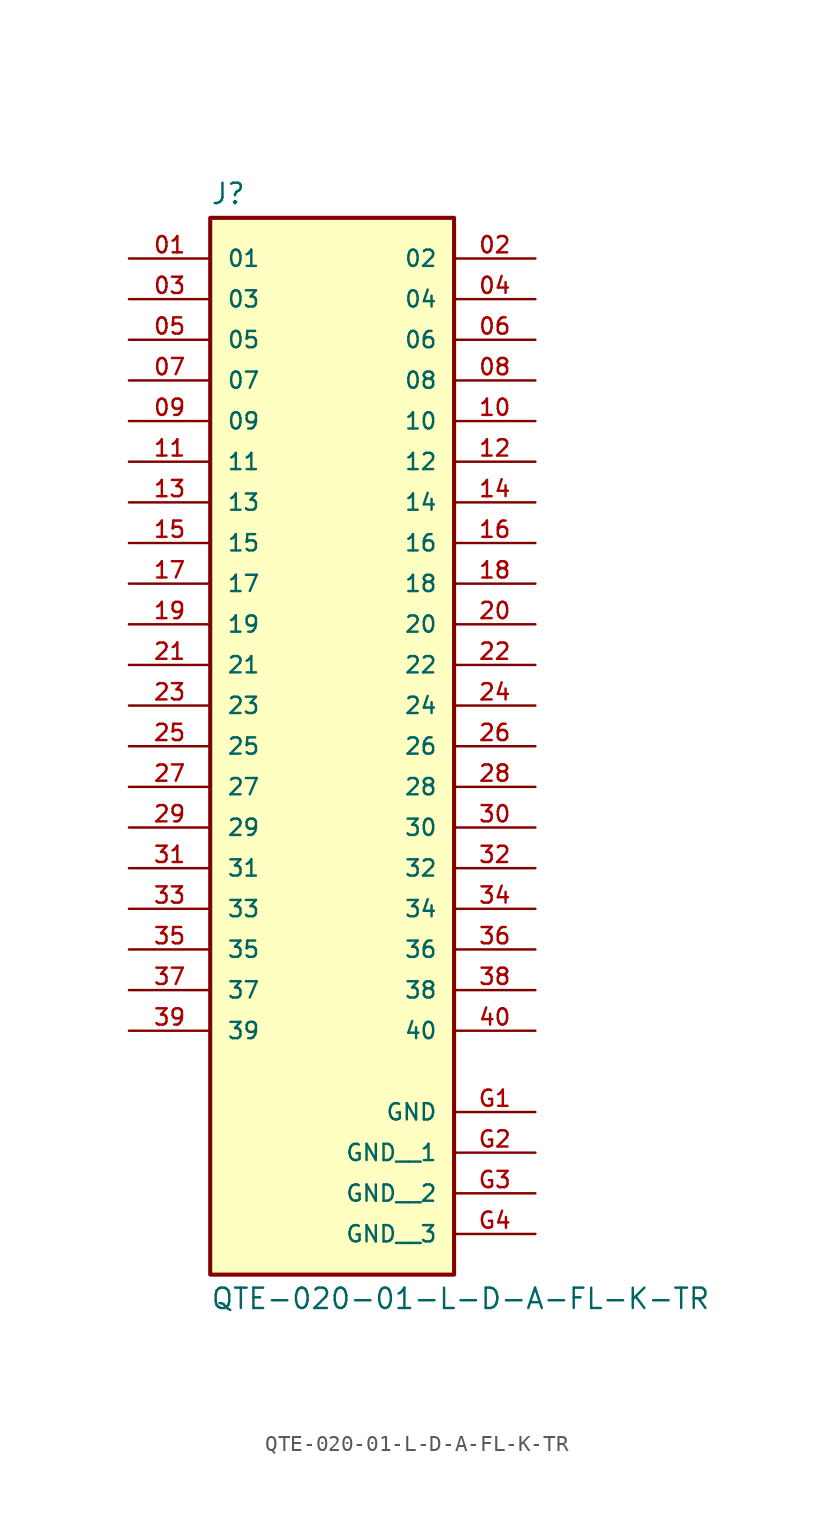
<source format=kicad_sym>
(kicad_symbol_lib
  (version 20220914)
  (generator kicad_symbol_editor)
  (symbol "QTE-020-01-L-D-A-FL-K-TR"
    (pin_names
      (offset 1.016))
    (property "Reference" "J"
      (at -7.62 28.702 0)
      (effects (font (size 1.27 1.27)) (justify left bottom)))
    (property "Value" "QTE-020-01-L-D-A-FL-K-TR"
      (at -7.62 -38.862 0)
      (effects (font (size 1.27 1.27)) (justify left top)))
    (symbol "QTE-020-01-L-D-A-FL-K-TR_0_0"
      (rectangle (start -7.62 27.94) (end 7.62 -38.1) (stroke (width 0.254) (type default)) (fill (type background)))
      (pin passive line (at -12.7 25.4 0) (length 5.08) (name "01" (effects (font (size 1.016 1.016)))) (number "01" (effects (font (size 1.016 1.016)))))
      (pin passive line (at 12.7 25.4 180) (length 5.08) (name "02" (effects (font (size 1.016 1.016)))) (number "02" (effects (font (size 1.016 1.016)))))
      (pin passive line (at -12.7 22.86 0) (length 5.08) (name "03" (effects (font (size 1.016 1.016)))) (number "03" (effects (font (size 1.016 1.016)))))
      (pin passive line (at 12.7 22.86 180) (length 5.08) (name "04" (effects (font (size 1.016 1.016)))) (number "04" (effects (font (size 1.016 1.016)))))
      (pin passive line (at -12.7 20.32 0) (length 5.08) (name "05" (effects (font (size 1.016 1.016)))) (number "05" (effects (font (size 1.016 1.016)))))
      (pin passive line (at 12.7 20.32 180) (length 5.08) (name "06" (effects (font (size 1.016 1.016)))) (number "06" (effects (font (size 1.016 1.016)))))
      (pin passive line (at -12.7 17.78 0) (length 5.08) (name "07" (effects (font (size 1.016 1.016)))) (number "07" (effects (font (size 1.016 1.016)))))
      (pin passive line (at 12.7 17.78 180) (length 5.08) (name "08" (effects (font (size 1.016 1.016)))) (number "08" (effects (font (size 1.016 1.016)))))
      (pin passive line (at -12.7 15.24 0) (length 5.08) (name "09" (effects (font (size 1.016 1.016)))) (number "09" (effects (font (size 1.016 1.016)))))
      (pin passive line (at 12.7 15.24 180) (length 5.08) (name "10" (effects (font (size 1.016 1.016)))) (number "10" (effects (font (size 1.016 1.016)))))
      (pin passive line (at -12.7 12.7 0) (length 5.08) (name "11" (effects (font (size 1.016 1.016)))) (number "11" (effects (font (size 1.016 1.016)))))
      (pin passive line (at 12.7 12.7 180) (length 5.08) (name "12" (effects (font (size 1.016 1.016)))) (number "12" (effects (font (size 1.016 1.016)))))
      (pin passive line (at -12.7 10.16 0) (length 5.08) (name "13" (effects (font (size 1.016 1.016)))) (number "13" (effects (font (size 1.016 1.016)))))
      (pin passive line (at 12.7 10.16 180) (length 5.08) (name "14" (effects (font (size 1.016 1.016)))) (number "14" (effects (font (size 1.016 1.016)))))
      (pin passive line (at -12.7 7.62 0) (length 5.08) (name "15" (effects (font (size 1.016 1.016)))) (number "15" (effects (font (size 1.016 1.016)))))
      (pin passive line (at 12.7 7.62 180) (length 5.08) (name "16" (effects (font (size 1.016 1.016)))) (number "16" (effects (font (size 1.016 1.016)))))
      (pin passive line (at -12.7 5.08 0) (length 5.08) (name "17" (effects (font (size 1.016 1.016)))) (number "17" (effects (font (size 1.016 1.016)))))
      (pin passive line (at 12.7 5.08 180) (length 5.08) (name "18" (effects (font (size 1.016 1.016)))) (number "18" (effects (font (size 1.016 1.016)))))
      (pin passive line (at -12.7 2.54 0) (length 5.08) (name "19" (effects (font (size 1.016 1.016)))) (number "19" (effects (font (size 1.016 1.016)))))
      (pin passive line (at 12.7 2.54 180) (length 5.08) (name "20" (effects (font (size 1.016 1.016)))) (number "20" (effects (font (size 1.016 1.016)))))
      (pin passive line (at -12.7 0 0) (length 5.08) (name "21" (effects (font (size 1.016 1.016)))) (number "21" (effects (font (size 1.016 1.016)))))
      (pin passive line (at 12.7 0 180) (length 5.08) (name "22" (effects (font (size 1.016 1.016)))) (number "22" (effects (font (size 1.016 1.016)))))
      (pin passive line (at -12.7 -2.54 0) (length 5.08) (name "23" (effects (font (size 1.016 1.016)))) (number "23" (effects (font (size 1.016 1.016)))))
      (pin passive line (at 12.7 -2.54 180) (length 5.08) (name "24" (effects (font (size 1.016 1.016)))) (number "24" (effects (font (size 1.016 1.016)))))
      (pin passive line (at -12.7 -5.08 0) (length 5.08) (name "25" (effects (font (size 1.016 1.016)))) (number "25" (effects (font (size 1.016 1.016)))))
      (pin passive line (at 12.7 -5.08 180) (length 5.08) (name "26" (effects (font (size 1.016 1.016)))) (number "26" (effects (font (size 1.016 1.016)))))
      (pin passive line (at -12.7 -7.62 0) (length 5.08) (name "27" (effects (font (size 1.016 1.016)))) (number "27" (effects (font (size 1.016 1.016)))))
      (pin passive line (at 12.7 -7.62 180) (length 5.08) (name "28" (effects (font (size 1.016 1.016)))) (number "28" (effects (font (size 1.016 1.016)))))
      (pin passive line (at -12.7 -10.16 0) (length 5.08) (name "29" (effects (font (size 1.016 1.016)))) (number "29" (effects (font (size 1.016 1.016)))))
      (pin passive line (at 12.7 -10.16 180) (length 5.08) (name "30" (effects (font (size 1.016 1.016)))) (number "30" (effects (font (size 1.016 1.016)))))
      (pin passive line (at -12.7 -12.7 0) (length 5.08) (name "31" (effects (font (size 1.016 1.016)))) (number "31" (effects (font (size 1.016 1.016)))))
      (pin passive line (at 12.7 -12.7 180) (length 5.08) (name "32" (effects (font (size 1.016 1.016)))) (number "32" (effects (font (size 1.016 1.016)))))
      (pin passive line (at -12.7 -15.24 0) (length 5.08) (name "33" (effects (font (size 1.016 1.016)))) (number "33" (effects (font (size 1.016 1.016)))))
      (pin passive line (at 12.7 -15.24 180) (length 5.08) (name "34" (effects (font (size 1.016 1.016)))) (number "34" (effects (font (size 1.016 1.016)))))
      (pin passive line (at -12.7 -17.78 0) (length 5.08) (name "35" (effects (font (size 1.016 1.016)))) (number "35" (effects (font (size 1.016 1.016)))))
      (pin passive line (at 12.7 -17.78 180) (length 5.08) (name "36" (effects (font (size 1.016 1.016)))) (number "36" (effects (font (size 1.016 1.016)))))
      (pin passive line (at -12.7 -20.32 0) (length 5.08) (name "37" (effects (font (size 1.016 1.016)))) (number "37" (effects (font (size 1.016 1.016)))))
      (pin passive line (at 12.7 -20.32 180) (length 5.08) (name "38" (effects (font (size 1.016 1.016)))) (number "38" (effects (font (size 1.016 1.016)))))
      (pin passive line (at -12.7 -22.86 0) (length 5.08) (name "39" (effects (font (size 1.016 1.016)))) (number "39" (effects (font (size 1.016 1.016)))))
      (pin passive line (at 12.7 -22.86 180) (length 5.08) (name "40" (effects (font (size 1.016 1.016)))) (number "40" (effects (font (size 1.016 1.016)))))
      (pin power_in line (at 12.7 -27.94 180) (length 5.08) (name "GND" (effects (font (size 1.016 1.016)))) (number "G1" (effects (font (size 1.016 1.016)))))
      (pin power_in line (at 12.7 -30.48 180) (length 5.08) (name "GND__1" (effects (font (size 1.016 1.016)))) (number "G2" (effects (font (size 1.016 1.016)))))
      (pin power_in line (at 12.7 -33.02 180) (length 5.08) (name "GND__2" (effects (font (size 1.016 1.016)))) (number "G3" (effects (font (size 1.016 1.016)))))
      (pin power_in line (at 12.7 -35.56 180) (length 5.08) (name "GND__3" (effects (font (size 1.016 1.016)))) (number "G4" (effects (font (size 1.016 1.016))))))))
</source>
